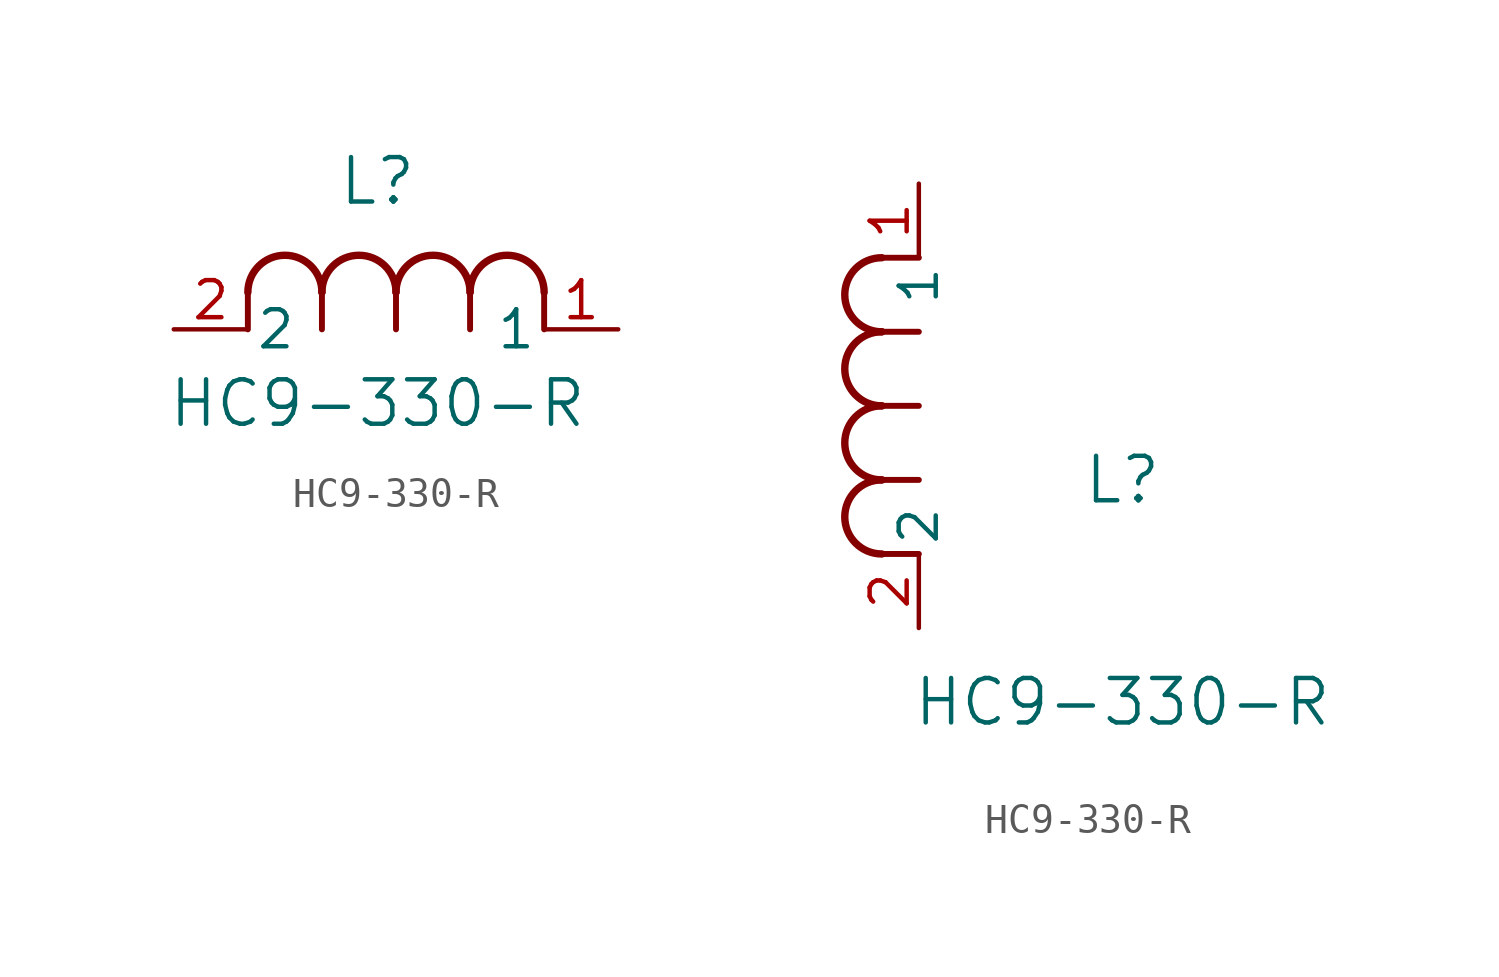
<source format=kicad_sym>
(kicad_symbol_lib
  (version 20211014)
  (generator kicad_symbol_editor)
  (symbol "HC9-330-R"
    (pin_names
      (offset 0.254))
    (property "Reference" "L"
      (at 6.985 5.08 0)
      (effects (font (size 1.524 1.524))))
    (property "Value" "HC9-330-R"
      (at 6.985 -2.54 0)
      (effects (font (size 1.524 1.524))))
    (symbol "HC9-330-R_1_1"
      (arc (start 7.62 1.27) (mid 6.35 2.54) (end 5.08 1.27) (stroke (width 0.254) (type default) (color 0 0 0 0)) (fill (type none)))
      (polyline (pts (xy 5.08 0) (xy 5.08 1.27)) (stroke (width 0.203) (type default) (color 0 0 0 0)) (fill (type none)))
      (polyline (pts (xy 7.62 0) (xy 7.62 1.27)) (stroke (width 0.203) (type default) (color 0 0 0 0)) (fill (type none)))
      (polyline (pts (xy 12.7 0) (xy 12.7 1.27)) (stroke (width 0.203) (type default) (color 0 0 0 0)) (fill (type none)))
      (arc (start 5.08 1.27) (mid 3.81 2.54) (end 2.54 1.27) (stroke (width 0.254) (type default) (color 0 0 0 0)) (fill (type none)))
      (arc (start 10.16 1.27) (mid 8.89 2.54) (end 7.62 1.27) (stroke (width 0.254) (type default) (color 0 0 0 0)) (fill (type none)))
      (arc (start 12.7 1.27) (mid 11.43 2.54) (end 10.16 1.27) (stroke (width 0.254) (type default) (color 0 0 0 0)) (fill (type none)))
      (polyline (pts (xy 2.54 0) (xy 2.54 1.27)) (stroke (width 0.203) (type default) (color 0 0 0 0)) (fill (type none)))
      (polyline (pts (xy 10.16 0) (xy 10.16 1.27)) (stroke (width 0.203) (type default) (color 0 0 0 0)) (fill (type none)))
      (pin unspecified line (at 0 0 0) (length 2.54) (name "2" (effects (font (size 1.27 1.27)))) (number "2" (effects (font (size 1.27 1.27)))))
      (pin unspecified line (at 15.24 0 180) (length 2.54) (name "1" (effects (font (size 1.27 1.27)))) (number "1" (effects (font (size 1.27 1.27))))))
    (symbol "HC9-330-R_1_2"
      (arc (start -1.27 7.62) (mid -2.54 6.35) (end -1.27 5.08) (stroke (width 0.254) (type default) (color 0 0 0 0)) (fill (type none)))
      (arc (start -1.27 5.08) (mid -2.54 3.81) (end -1.27 2.54) (stroke (width 0.254) (type default) (color 0 0 0 0)) (fill (type none)))
      (arc (start -1.27 12.7) (mid -2.54 11.43) (end -1.27 10.16) (stroke (width 0.254) (type default) (color 0 0 0 0)) (fill (type none)))
      (arc (start -1.27 10.16) (mid -2.54 8.89) (end -1.27 7.62) (stroke (width 0.254) (type default) (color 0 0 0 0)) (fill (type none)))
      (polyline (pts (xy 0 7.62) (xy -1.27 7.62)) (stroke (width 0.203) (type default) (color 0 0 0 0)) (fill (type none)))
      (polyline (pts (xy 0 5.08) (xy -1.27 5.08)) (stroke (width 0.203) (type default) (color 0 0 0 0)) (fill (type none)))
      (polyline (pts (xy 0 12.7) (xy -1.27 12.7)) (stroke (width 0.203) (type default) (color 0 0 0 0)) (fill (type none)))
      (polyline (pts (xy 0 2.54) (xy -1.27 2.54)) (stroke (width 0.203) (type default) (color 0 0 0 0)) (fill (type none)))
      (polyline (pts (xy 0 10.16) (xy -1.27 10.16)) (stroke (width 0.203) (type default) (color 0 0 0 0)) (fill (type none)))
      (pin unspecified line (at 0 0 90) (length 2.54) (name "2" (effects (font (size 1.27 1.27)))) (number "2" (effects (font (size 1.27 1.27)))))
      (pin unspecified line (at 0 15.24 270) (length 2.54) (name "1" (effects (font (size 1.27 1.27)))) (number "1" (effects (font (size 1.27 1.27))))))))
</source>
